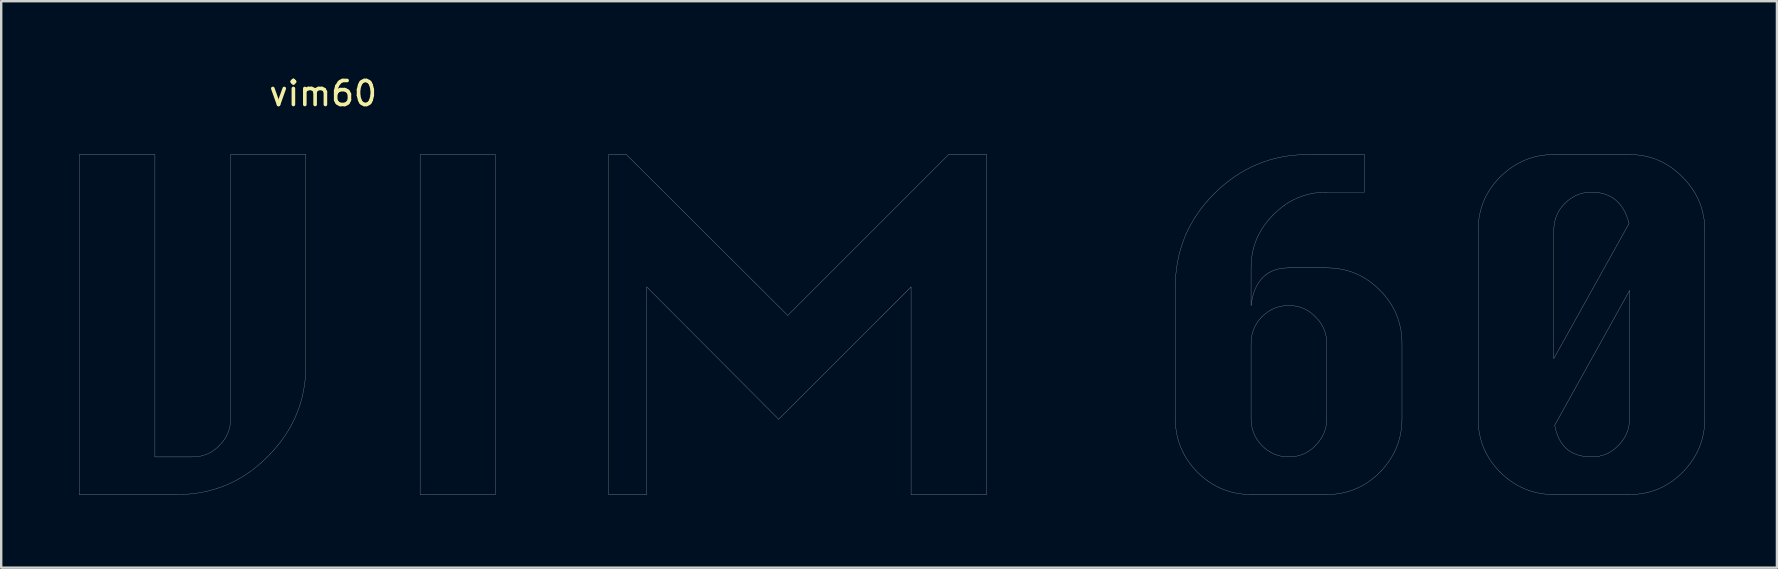
<source format=kicad_pcb>
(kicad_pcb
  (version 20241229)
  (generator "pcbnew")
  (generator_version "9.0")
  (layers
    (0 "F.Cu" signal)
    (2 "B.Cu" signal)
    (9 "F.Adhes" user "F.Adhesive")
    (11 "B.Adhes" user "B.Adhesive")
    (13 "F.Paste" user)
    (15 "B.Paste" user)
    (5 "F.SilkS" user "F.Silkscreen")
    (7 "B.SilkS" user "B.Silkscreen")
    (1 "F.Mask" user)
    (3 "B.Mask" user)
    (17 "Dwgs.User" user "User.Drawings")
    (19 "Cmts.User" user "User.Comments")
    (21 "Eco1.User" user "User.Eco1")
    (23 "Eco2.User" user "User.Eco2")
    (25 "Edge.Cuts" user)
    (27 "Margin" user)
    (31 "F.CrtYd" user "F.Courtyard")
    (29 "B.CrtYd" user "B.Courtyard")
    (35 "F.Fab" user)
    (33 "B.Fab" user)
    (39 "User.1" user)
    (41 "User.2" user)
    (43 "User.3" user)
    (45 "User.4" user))
  (footprint "vim60"
    (layer "F.Cu")
    (at 0.25 3.388)
    (property "Reference" "vim60" (at 10.16 -2.54 0) (layer "F.SilkS") (effects (font (size 1 1) (thickness 0.15))))
    (attr through_hole)
    (fp_poly (pts (xy 14.2 0) (xy 14.2 14.16) (xy 17.34 14.16) (xy 17.34 0)) (stroke (width 0.1) (type solid)) (fill yes) (layer "F.Paste"))
    (fp_poly (pts (xy 22.06 0) (xy 22.06 14.16) (xy 23.64 14.16) (xy 23.64 5.51) (xy 29.14 11.03) (xy 34.65 5.51) (xy 34.65 14.16) (xy 37.81 14.16) (xy 37.81 0) (xy 36.22 0) (xy 29.52 6.7) (xy 22.8 0)) (stroke (width 0.1) (type solid)) (fill yes) (layer "F.Paste"))
    (fp_poly (pts (xy 0 0) (xy 0 14.16) (xy 4.09 14.16) (xy 4.41 14.15) (xy 4.67 14.13) (xy 4.91 14.1) (xy 5.29 14.03) (xy 5.67 13.93) (xy 5.98 13.82) (xy 6.27 13.7) (xy 6.49 13.59) (xy 6.7 13.48) (xy 6.89 13.36) (xy 7.11 13.21) (xy 7.32 13.05) (xy 7.49 12.91) (xy 7.65 12.77) (xy 7.81 12.62) (xy 7.99 12.43) (xy 8.12 12.29) (xy 8.31 12.06) (xy 8.47 11.85) (xy 8.6 11.66) (xy 8.72 11.47) (xy 8.84 11.26) (xy 8.95 11.04) (xy 9.06 10.79) (xy 9.15 10.55) (xy 9.22 10.33) (xy 9.27 10.15) (xy 9.33 9.89) (xy 9.37 9.66) (xy 9.4 9.44) (xy 9.42 9.23) (xy 9.43 9.06) (xy 9.44 8.88) (xy 9.44 8.73) (xy 9.44 0) (xy 6.31 0) (xy 6.31 10.99) (xy 6.3 11.2) (xy 6.25 11.46) (xy 6.16 11.69) (xy 6.05 11.87) (xy 5.91 12.05) (xy 5.76 12.2) (xy 5.59 12.34) (xy 5.38 12.46) (xy 5.2 12.53) (xy 4.99 12.58) (xy 4.74 12.6) (xy 3.16 12.6) (xy 3.16 0)) (stroke (width 0.1) (type solid)) (fill yes) (layer "F.Paste"))
    (fp_poly (pts (xy 53.54 0) (xy 51.16 0) (xy 50.86 0.01) (xy 50.49 0.04) (xy 50.11 0.1) (xy 49.79 0.17) (xy 49.55 0.24) (xy 49.25 0.34) (xy 48.92 0.48) (xy 48.63 0.62) (xy 48.32 0.8) (xy 47.91 1.08) (xy 47.59 1.34) (xy 47.17 1.74) (xy 46.87 2.08) (xy 46.65 2.37) (xy 46.46 2.65) (xy 46.2 3.11) (xy 45.98 3.63) (xy 45.84 4.08) (xy 45.75 4.5) (xy 45.71 4.78) (xy 45.68 5.04) (xy 45.67 5.29) (xy 45.66 5.62) (xy 45.66 11.09) (xy 45.67 11.27) (xy 45.69 11.46) (xy 45.72 11.64) (xy 45.77 11.86) (xy 45.83 12.05) (xy 45.92 12.27) (xy 46.04 12.52) (xy 46.19 12.76) (xy 46.32 12.94) (xy 46.46 13.1) (xy 46.59 13.24) (xy 46.76 13.4) (xy 47.03 13.61) (xy 47.32 13.79) (xy 47.59 13.92) (xy 47.88 14.03) (xy 48.18 14.1) (xy 48.44 14.14) (xy 48.71 14.16) (xy 52.03 14.16) (xy 52.26 14.15) (xy 52.5 14.12) (xy 52.71 14.08) (xy 52.86 14.04) (xy 53.04 13.98) (xy 53.24 13.9) (xy 53.62 13.69) (xy 53.79 13.57) (xy 53.99 13.41) (xy 54.18 13.24) (xy 54.34 13.06) (xy 54.49 12.88) (xy 54.63 12.66) (xy 54.72 12.52) (xy 54.81 12.35) (xy 54.91 12.11) (xy 54.99 11.87) (xy 55.03 11.7) (xy 55.07 11.48) (xy 55.09 11.32) (xy 55.1 11.17) (xy 55.1 7.91) (xy 55.1 7.73) (xy 55.08 7.46) (xy 55.04 7.22) (xy 54.99 7.01) (xy 54.92 6.79) (xy 54.83 6.57) (xy 54.73 6.37) (xy 54.62 6.19) (xy 54.46 5.96) (xy 54.3 5.77) (xy 54.08 5.55) (xy 53.88 5.38) (xy 53.69 5.24) (xy 53.53 5.14) (xy 53.31 5.02) (xy 53.08 4.92) (xy 52.85 4.84) (xy 52.59 4.78) (xy 52.34 4.74) (xy 52.03 4.72) (xy 51.87 4.72) (xy 50.33 4.72) (xy 50.16 4.73) (xy 49.98 4.76) (xy 49.74 4.83) (xy 49.51 4.95) (xy 49.34 5.08) (xy 49.24 5.19) (xy 49.15 5.3) (xy 49.03 5.51) (xy 48.96 5.67) (xy 48.91 5.83) (xy 48.86 6.02) (xy 48.82 6.28) (xy 48.82 7.83) (xy 48.81 7.507) (xy 48.86 7.35) (xy 49 7.12) (xy 49.1 6.95) (xy 49.23 6.8) (xy 49.4 6.64) (xy 49.59 6.51) (xy 49.8 6.4) (xy 49.95 6.35) (xy 50.19 6.3) (xy 50.38 6.29) (xy 50.6 6.3) (xy 50.86 6.36) (xy 51.07 6.44) (xy 51.25 6.55) (xy 51.39 6.66) (xy 51.52 6.78) (xy 51.66 6.94) (xy 51.8 7.15) (xy 51.91 7.43) (xy 51.96 7.73) (xy 51.97 7.87) (xy 51.97 10.98) (xy 51.9 11.47) (xy 51.81 11.7) (xy 51.66 11.94) (xy 51.52 12.1) (xy 51.29 12.31) (xy 51.02 12.47) (xy 50.72 12.56) (xy 50.5 12.59) (xy 50.3 12.59) (xy 50.01 12.55) (xy 49.77 12.47) (xy 49.54 12.34) (xy 49.32 12.17) (xy 49.11 11.94) (xy 48.96 11.68) (xy 48.86 11.41) (xy 48.81 11.06) (xy 48.82 7.83) (xy 48.82 6.2) (xy 48.82 4.63) (xy 48.84 4.31) (xy 48.9 3.96) (xy 49.04 3.53) (xy 49.21 3.2) (xy 49.45 2.83) (xy 49.8 2.45) (xy 50.1 2.19) (xy 50.42 1.97) (xy 50.84 1.77) (xy 51.23 1.65) (xy 51.56 1.59) (xy 51.91 1.57) (xy 53.54 1.57)) (stroke (width 0.1) (type solid)) (fill yes) (layer "F.Paste"))
    (fp_line (start 0 0) (end 3.154 0) (stroke (width 0.01) (type solid)) (layer "Dwgs.User"))
    (fp_line (start 0 14.163) (end 0 0) (stroke (width 0.01) (type solid)) (layer "Dwgs.User"))
    (fp_line (start 3.154 0) (end 3.154 12.596) (stroke (width 0.01) (type solid)) (layer "Dwgs.User"))
    (fp_line (start 3.154 12.596) (end 4.721 12.596) (stroke (width 0.01) (type solid)) (layer "Dwgs.User"))
    (fp_line (start 4.079 14.163) (end 0 14.163) (stroke (width 0.01) (type solid)) (layer "Dwgs.User"))
    (fp_line (start 6.307 0) (end 9.442 0) (stroke (width 0.01) (type solid)) (layer "Dwgs.User"))
    (fp_line (start 6.307 11.009) (end 6.307 0) (stroke (width 0.01) (type solid)) (layer "Dwgs.User"))
    (fp_line (start 9.442 0) (end 9.442 8.781) (stroke (width 0.01) (type solid)) (layer "Dwgs.User"))
    (fp_line (start 14.2 0) (end 17.335 0) (stroke (width 0.01) (type solid)) (layer "Dwgs.User"))
    (fp_line (start 14.2 14.163) (end 14.2 0) (stroke (width 0.01) (type solid)) (layer "Dwgs.User"))
    (fp_line (start 17.335 0) (end 17.335 14.163) (stroke (width 0.01) (type solid)) (layer "Dwgs.User"))
    (fp_line (start 17.335 14.163) (end 14.2 14.163) (stroke (width 0.01) (type solid)) (layer "Dwgs.User"))
    (fp_line (start 22.056 0) (end 22.792 0) (stroke (width 0.01) (type solid)) (layer "Dwgs.User"))
    (fp_line (start 22.056 14.163) (end 22.056 0) (stroke (width 0.01) (type solid)) (layer "Dwgs.User"))
    (fp_line (start 22.792 0) (end 29.515 6.704) (stroke (width 0.01) (type solid)) (layer "Dwgs.User"))
    (fp_line (start 23.642 5.514) (end 23.642 14.163) (stroke (width 0.01) (type solid)) (layer "Dwgs.User"))
    (fp_line (start 23.642 14.163) (end 22.056 14.163) (stroke (width 0.01) (type solid)) (layer "Dwgs.User"))
    (fp_line (start 29.137 11.028) (end 23.642 5.514) (stroke (width 0.01) (type solid)) (layer "Dwgs.User"))
    (fp_line (start 29.515 6.704) (end 36.219 0) (stroke (width 0.01) (type solid)) (layer "Dwgs.User"))
    (fp_line (start 34.652 5.514) (end 29.137 11.028) (stroke (width 0.01) (type solid)) (layer "Dwgs.User"))
    (fp_line (start 34.652 14.163) (end 34.652 5.514) (stroke (width 0.01) (type solid)) (layer "Dwgs.User"))
    (fp_line (start 36.219 0) (end 37.805 0) (stroke (width 0.01) (type solid)) (layer "Dwgs.User"))
    (fp_line (start 37.805 0) (end 37.805 14.163) (stroke (width 0.01) (type solid)) (layer "Dwgs.User"))
    (fp_line (start 37.805 14.163) (end 34.652 14.163) (stroke (width 0.01) (type solid)) (layer "Dwgs.User"))
    (fp_line (start 45.661 11.009) (end 45.661 5.514) (stroke (width 0.01) (type solid)) (layer "Dwgs.User"))
    (fp_line (start 48.815 4.721) (end 48.815 6.288) (stroke (width 0.01) (type solid)) (layer "Dwgs.User"))
    (fp_line (start 48.815 7.875) (end 48.815 11.009) (stroke (width 0.01) (type solid)) (layer "Dwgs.User"))
    (fp_line (start 50.382 4.721) (end 51.968 4.721) (stroke (width 0.01) (type solid)) (layer "Dwgs.User"))
    (fp_line (start 51.175 0) (end 53.536 0) (stroke (width 0.01) (type solid)) (layer "Dwgs.User"))
    (fp_line (start 51.968 11.009) (end 51.968 7.875) (stroke (width 0.01) (type solid)) (layer "Dwgs.User"))
    (fp_line (start 51.968 11.009) (end 51.968 11.009) (stroke (width 0.01) (type solid)) (layer "Dwgs.User"))
    (fp_line (start 51.968 14.163) (end 48.815 14.163) (stroke (width 0.01) (type solid)) (layer "Dwgs.User"))
    (fp_line (start 53.536 0) (end 53.536 1.567) (stroke (width 0.01) (type solid)) (layer "Dwgs.User"))
    (fp_line (start 53.536 1.567) (end 51.968 1.567) (stroke (width 0.01) (type solid)) (layer "Dwgs.User"))
    (fp_line (start 55.103 7.875) (end 55.103 11.009) (stroke (width 0.01) (type solid)) (layer "Dwgs.User"))
    (fp_line (start 58.275 11.009) (end 58.275 3.154) (stroke (width 0.01) (type solid)) (layer "Dwgs.User"))
    (fp_line (start 61.428 0) (end 61.428 0) (stroke (width 0.01) (type solid)) (layer "Dwgs.User"))
    (fp_line (start 61.428 0) (end 64.582 0) (stroke (width 0.01) (type solid)) (layer "Dwgs.User"))
    (fp_line (start 61.428 3.154) (end 61.428 8.498) (stroke (width 0.01) (type solid)) (layer "Dwgs.User"))
    (fp_line (start 61.428 8.498) (end 64.563 2.87) (stroke (width 0.01) (type solid)) (layer "Dwgs.User"))
    (fp_line (start 64.582 14.163) (end 61.428 14.163) (stroke (width 0.01) (type solid)) (layer "Dwgs.User"))
    (fp_line (start 64.582 5.665) (end 61.466 11.274) (stroke (width 0.01) (type solid)) (layer "Dwgs.User"))
    (fp_line (start 64.582 11.009) (end 64.582 5.665) (stroke (width 0.01) (type solid)) (layer "Dwgs.User"))
    (fp_line (start 67.717 3.154) (end 67.717 11.009) (stroke (width 0.01) (type solid)) (layer "Dwgs.User"))
    (fp_curve (pts (xy 4.721 12.596) (xy 5.162 12.596) (xy 5.533 12.438) (xy 5.835 12.124)) (stroke (width 0.01) (type solid)) (layer "Dwgs.User"))
    (fp_curve (pts (xy 5.835 12.124) (xy 6.15 11.809) (xy 6.307 11.437) (xy 6.307 11.009)) (stroke (width 0.01) (type solid)) (layer "Dwgs.User"))
    (fp_curve (pts (xy 7.856 12.577) (xy 6.811 13.634) (xy 5.552 14.163) (xy 4.079 14.163)) (stroke (width 0.01) (type solid)) (layer "Dwgs.User"))
    (fp_curve (pts (xy 9.442 8.781) (xy 9.442 10.254) (xy 8.913 11.519) (xy 7.856 12.577)) (stroke (width 0.01) (type solid)) (layer "Dwgs.User"))
    (fp_curve (pts (xy 45.661 5.514) (xy 45.661 4.003) (xy 46.202 2.707) (xy 47.285 1.624)) (stroke (width 0.01) (type solid)) (layer "Dwgs.User"))
    (fp_curve (pts (xy 46.586 13.238) (xy 45.969 12.608) (xy 45.661 11.865) (xy 45.661 11.009)) (stroke (width 0.01) (type solid)) (layer "Dwgs.User"))
    (fp_curve (pts (xy 47.285 1.624) (xy 48.38 0.541) (xy 49.677 -0.000001) (xy 51.175 0)) (stroke (width 0.01) (type solid)) (layer "Dwgs.User"))
    (fp_curve (pts (xy 48.815 6.288) (xy 48.877 5.772) (xy 49.041 5.382) (xy 49.306 5.118)) (stroke (width 0.01) (type solid)) (layer "Dwgs.User"))
    (fp_curve (pts (xy 48.815 11.009) (xy 48.815 11.437) (xy 48.966 11.809) (xy 49.268 12.124)) (stroke (width 0.01) (type solid)) (layer "Dwgs.User"))
    (fp_curve (pts (xy 48.815 14.163) (xy 47.958 14.163) (xy 47.216 13.855) (xy 46.586 13.238)) (stroke (width 0.01) (type solid)) (layer "Dwgs.User"))
    (fp_curve (pts (xy 49.268 6.76) (xy 48.966 7.063) (xy 48.815 7.434) (xy 48.815 7.875)) (stroke (width 0.01) (type solid)) (layer "Dwgs.User"))
    (fp_curve (pts (xy 49.268 12.124) (xy 49.583 12.438) (xy 49.954 12.596) (xy 50.382 12.596)) (stroke (width 0.01) (type solid)) (layer "Dwgs.User"))
    (fp_curve (pts (xy 49.306 5.118) (xy 49.57 4.853) (xy 49.929 4.721) (xy 50.382 4.721)) (stroke (width 0.01) (type solid)) (layer "Dwgs.User"))
    (fp_curve (pts (xy 49.74 2.512) (xy 49.123 3.128) (xy 48.815 3.865) (xy 48.815 4.721)) (stroke (width 0.01) (type solid)) (layer "Dwgs.User"))
    (fp_curve (pts (xy 50.382 6.288) (xy 49.954 6.288) (xy 49.583 6.446) (xy 49.268 6.76)) (stroke (width 0.01) (type solid)) (layer "Dwgs.User"))
    (fp_curve (pts (xy 50.382 12.596) (xy 50.823 12.596) (xy 51.194 12.438) (xy 51.496 12.124)) (stroke (width 0.01) (type solid)) (layer "Dwgs.User"))
    (fp_curve (pts (xy 51.496 6.76) (xy 51.194 6.446) (xy 50.823 6.288) (xy 50.382 6.288)) (stroke (width 0.01) (type solid)) (layer "Dwgs.User"))
    (fp_curve (pts (xy 51.496 12.124) (xy 51.811 11.809) (xy 51.968 11.437) (xy 51.968 11.009)) (stroke (width 0.01) (type solid)) (layer "Dwgs.User"))
    (fp_curve (pts (xy 51.968 1.567) (xy 51.1 1.567) (xy 50.357 1.882) (xy 49.74 2.512)) (stroke (width 0.01) (type solid)) (layer "Dwgs.User"))
    (fp_curve (pts (xy 51.968 4.721) (xy 52.824 4.721) (xy 53.561 5.029) (xy 54.178 5.646)) (stroke (width 0.01) (type solid)) (layer "Dwgs.User"))
    (fp_curve (pts (xy 51.968 7.875) (xy 51.968 7.434) (xy 51.811 7.063) (xy 51.496 6.76)) (stroke (width 0.01) (type solid)) (layer "Dwgs.User"))
    (fp_curve (pts (xy 54.178 5.646) (xy 54.794 6.263) (xy 55.103 7.006) (xy 55.103 7.875)) (stroke (width 0.01) (type solid)) (layer "Dwgs.User"))
    (fp_curve (pts (xy 54.178 13.238) (xy 53.561 13.855) (xy 52.824 14.163) (xy 51.968 14.163)) (stroke (width 0.01) (type solid)) (layer "Dwgs.User"))
    (fp_curve (pts (xy 55.103 11.009) (xy 55.103 11.865) (xy 54.794 12.608) (xy 54.178 13.238)) (stroke (width 0.01) (type solid)) (layer "Dwgs.User"))
    (fp_curve (pts (xy 58.275 3.154) (xy 58.275 2.285) (xy 58.583 1.542) (xy 59.2 0.925)) (stroke (width 0.01) (type solid)) (layer "Dwgs.User"))
    (fp_curve (pts (xy 59.2 0.925) (xy 59.83 0.308) (xy 60.572 -0.000001) (xy 61.428 0)) (stroke (width 0.01) (type solid)) (layer "Dwgs.User"))
    (fp_curve (pts (xy 59.2 13.238) (xy 58.583 12.621) (xy 58.275 11.878) (xy 58.275 11.009)) (stroke (width 0.01) (type solid)) (layer "Dwgs.User"))
    (fp_curve (pts (xy 61.428 14.163) (xy 60.572 14.163) (xy 59.83 13.855) (xy 59.2 13.238)) (stroke (width 0.01) (type solid)) (layer "Dwgs.User"))
    (fp_curve (pts (xy 61.466 11.274) (xy 61.542 11.702) (xy 61.705 12.029) (xy 61.957 12.256)) (stroke (width 0.01) (type solid)) (layer "Dwgs.User"))
    (fp_curve (pts (xy 61.882 2.039) (xy 61.58 2.342) (xy 61.428 2.713) (xy 61.428 3.154)) (stroke (width 0.01) (type solid)) (layer "Dwgs.User"))
    (fp_curve (pts (xy 61.957 12.256) (xy 62.222 12.482) (xy 62.568 12.596) (xy 62.996 12.596)) (stroke (width 0.01) (type solid)) (layer "Dwgs.User"))
    (fp_curve (pts (xy 62.996 1.567) (xy 62.568 1.567) (xy 62.196 1.725) (xy 61.882 2.039)) (stroke (width 0.01) (type solid)) (layer "Dwgs.User"))
    (fp_curve (pts (xy 62.996 12.596) (xy 63.436 12.596) (xy 63.808 12.438) (xy 64.11 12.124)) (stroke (width 0.01) (type solid)) (layer "Dwgs.User"))
    (fp_curve (pts (xy 64.11 12.124) (xy 64.425 11.809) (xy 64.582 11.437) (xy 64.582 11.009)) (stroke (width 0.01) (type solid)) (layer "Dwgs.User"))
    (fp_curve (pts (xy 64.563 2.87) (xy 64.337 2.002) (xy 63.814 1.567) (xy 62.996 1.567)) (stroke (width 0.01) (type solid)) (layer "Dwgs.User"))
    (fp_curve (pts (xy 64.582 0) (xy 65.438 -0.000001) (xy 66.175 0.315) (xy 66.792 0.944)) (stroke (width 0.01) (type solid)) (layer "Dwgs.User"))
    (fp_curve (pts (xy 66.792 0.944) (xy 67.408 1.561) (xy 67.717 2.298) (xy 67.717 3.154)) (stroke (width 0.01) (type solid)) (layer "Dwgs.User"))
    (fp_curve (pts (xy 66.792 13.238) (xy 66.175 13.855) (xy 65.438 14.163) (xy 64.582 14.163)) (stroke (width 0.01) (type solid)) (layer "Dwgs.User"))
    (fp_curve (pts (xy 67.717 11.009) (xy 67.717 11.865) (xy 67.408 12.608) (xy 66.792 13.238)) (stroke (width 0.01) (type solid)) (layer "Dwgs.User")))
  (gr_rect
    (start -3 -3)
    (end 70.972 20.598)
    (stroke (width 0.1) (type default))
    (fill no)
    (layer "Edge.Cuts")))
</source>
